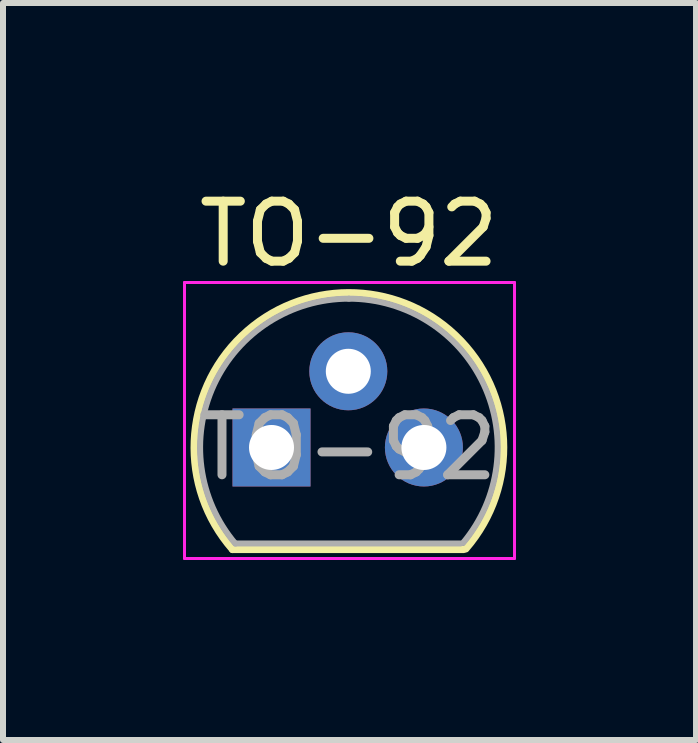
<source format=kicad_pcb>
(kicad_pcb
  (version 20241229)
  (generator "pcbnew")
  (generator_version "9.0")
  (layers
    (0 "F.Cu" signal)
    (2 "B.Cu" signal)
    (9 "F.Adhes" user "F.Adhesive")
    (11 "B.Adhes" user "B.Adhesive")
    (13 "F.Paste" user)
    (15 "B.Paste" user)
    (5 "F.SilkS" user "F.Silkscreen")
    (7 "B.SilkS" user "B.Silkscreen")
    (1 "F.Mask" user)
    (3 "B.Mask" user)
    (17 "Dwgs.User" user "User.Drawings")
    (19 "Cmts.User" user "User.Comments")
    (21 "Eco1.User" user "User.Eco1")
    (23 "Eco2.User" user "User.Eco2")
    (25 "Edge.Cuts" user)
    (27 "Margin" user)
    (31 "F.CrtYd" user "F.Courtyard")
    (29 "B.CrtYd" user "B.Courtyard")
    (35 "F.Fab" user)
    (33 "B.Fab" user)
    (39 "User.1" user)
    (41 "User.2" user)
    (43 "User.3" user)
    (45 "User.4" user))
  (footprint "TO-92"
    (layer "F.Cu")
    (at 1.475 4.408)
    (property "Reference" "TO-92" (at 1.29 -3.56 0) (layer "F.SilkS") (effects (font (size 1 1) (thickness 0.15))))
    (attr through_hole)
    (fp_line (start -0.65 1.7) (end 3.2 1.7) (stroke (width 0.12) (type solid)) (layer "F.SilkS"))
    (fp_arc (start -0.65 1.7) (mid 1.283448 -2.579449) (end 3.238611 1.690122) (stroke (width 0.12) (type solid)) (layer "F.SilkS"))
    (fp_line (start -1.45 -2.75) (end -1.45 1.85) (stroke (width 0.05) (type solid)) (layer "F.CrtYd"))
    (fp_line (start -1.45 -2.75) (end 4.05 -2.75) (stroke (width 0.05) (type solid)) (layer "F.CrtYd"))
    (fp_line (start 4.05 1.85) (end -1.45 1.85) (stroke (width 0.05) (type solid)) (layer "F.CrtYd"))
    (fp_line (start 4.05 1.85) (end 4.05 -2.75) (stroke (width 0.05) (type solid)) (layer "F.CrtYd"))
    (fp_line (start -0.6 1.6) (end 3.15 1.6) (stroke (width 0.1) (type solid)) (layer "F.Fab"))
    (fp_arc (start -0.602818 1.602385) (mid -0.959924 -1.043188) (end 1.29 -2.48) (stroke (width 0.1) (type solid)) (layer "F.Fab"))
    (fp_arc (start 1.29 -2.48) (mid 3.537211 -1.049019) (end 3.191103 1.592547) (stroke (width 0.1) (type solid)) (layer "F.Fab"))
    (fp_text user "${REFERENCE}" (at 1.27 0 0) (layer "F.Fab") (effects (font (size 1 1) (thickness 0.15))))
    (pad "1" thru_hole rect (at 0 0) (size 1.3 1.3) (drill 0.75) (layers "*.Cu" "*.Mask"))
    (pad "2" thru_hole circle (at 1.28 -1.27) (size 1.3 1.3) (drill 0.75) (layers "*.Cu" "*.Mask"))
    (pad "3" thru_hole circle (at 2.54 0) (size 1.3 1.3) (drill 0.75) (layers "*.Cu" "*.Mask")))
  (gr_rect
    (start -3 -3)
    (end 8.55 9.283)
    (stroke (width 0.1) (type default))
    (fill no)
    (layer "Edge.Cuts")))
</source>
